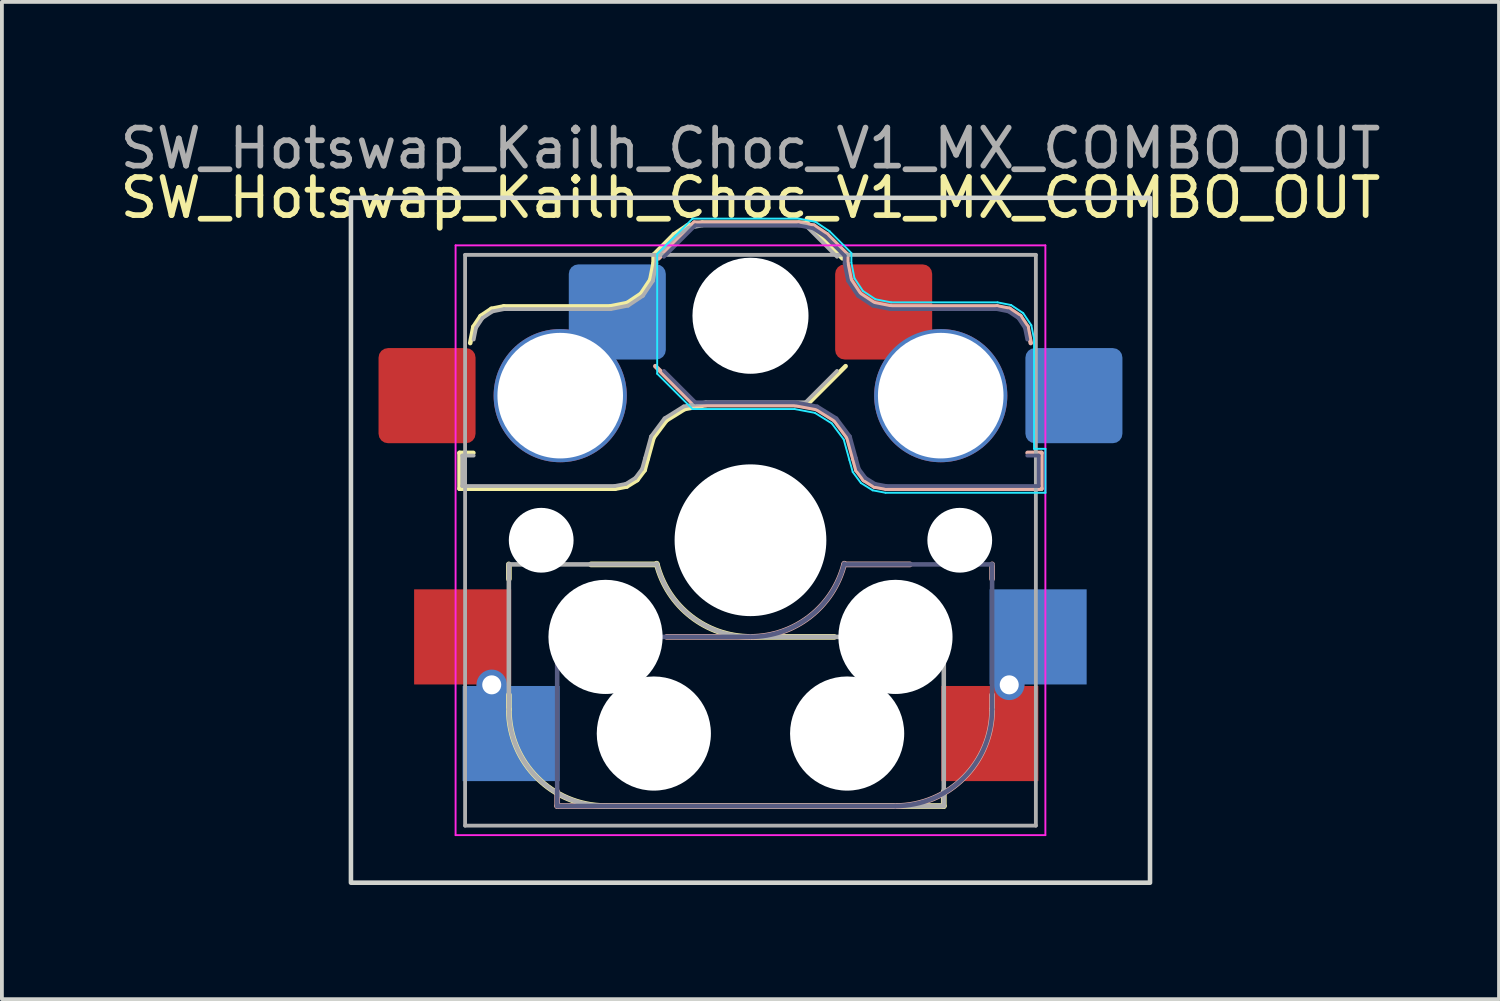
<source format=kicad_pcb>
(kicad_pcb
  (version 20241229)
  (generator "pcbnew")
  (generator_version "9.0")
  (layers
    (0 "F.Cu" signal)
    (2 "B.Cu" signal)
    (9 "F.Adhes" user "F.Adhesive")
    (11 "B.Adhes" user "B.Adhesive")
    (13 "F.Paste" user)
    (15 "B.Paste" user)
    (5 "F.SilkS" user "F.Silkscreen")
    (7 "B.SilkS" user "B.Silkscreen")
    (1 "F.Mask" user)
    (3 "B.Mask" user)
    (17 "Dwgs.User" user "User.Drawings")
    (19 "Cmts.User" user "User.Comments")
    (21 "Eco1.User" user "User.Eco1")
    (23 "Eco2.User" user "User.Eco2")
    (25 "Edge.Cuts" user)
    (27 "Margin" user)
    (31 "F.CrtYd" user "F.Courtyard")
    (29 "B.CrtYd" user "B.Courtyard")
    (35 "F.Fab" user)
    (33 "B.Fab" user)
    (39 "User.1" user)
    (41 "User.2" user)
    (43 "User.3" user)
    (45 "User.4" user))
  (footprint "SW_Hotswap_Kailh_Choc_V1_MX_COMBO_OUT"
    (layer "F.Cu")
    (at 16.673 11.148)
    (property "Reference" "SW_Hotswap_Kailh_Choc_V1_MX_COMBO_OUT" (at 0 -9 0) (layer "F.SilkS") (effects (font (size 1 1) (thickness 0.15))))
    (attr smd)
    (fp_line (start -7.646 -2.296) (end -7.646 -1.354) (stroke (width 0.12) (type solid)) (layer "F.SilkS"))
    (fp_line (start -7.646 -1.354) (end -3.56 -1.354) (stroke (width 0.12) (type solid)) (layer "F.SilkS"))
    (fp_line (start -7.283 -2.296) (end -7.646 -2.296) (stroke (width 0.12) (type solid)) (layer "F.SilkS"))
    (fp_line (start -7.281 -5.609) (end -7.366 -5.182) (stroke (width 0.12) (type solid)) (layer "F.SilkS"))
    (fp_line (start -7.092 -5.892) (end -7.281 -5.609) (stroke (width 0.12) (type solid)) (layer "F.SilkS"))
    (fp_line (start -6.809 -6.081) (end -7.092 -5.892) (stroke (width 0.12) (type solid)) (layer "F.SilkS"))
    (fp_line (start -6.482 -6.146) (end -6.809 -6.081) (stroke (width 0.12) (type solid)) (layer "F.SilkS"))
    (fp_line (start -6.35 1.016) (end -6.35 0.635) (stroke (width 0.15) (type solid)) (layer "F.SilkS"))
    (fp_line (start -6.35 4.445) (end -6.35 4.064) (stroke (width 0.15) (type solid)) (layer "F.SilkS"))
    (fp_line (start -3.81 6.985) (end 5.08 6.985) (stroke (width 0.15) (type solid)) (layer "F.SilkS"))
    (fp_line (start -3.682 -6.146) (end -6.482 -6.146) (stroke (width 0.12) (type solid)) (layer "F.SilkS"))
    (fp_line (start -3.56 -1.354) (end -3.25 -1.413) (stroke (width 0.12) (type solid)) (layer "F.SilkS"))
    (fp_line (start -3.25 -1.413) (end -2.976 -1.583) (stroke (width 0.12) (type solid)) (layer "F.SilkS"))
    (fp_line (start -3.244 -6.233) (end -3.682 -6.146) (stroke (width 0.12) (type solid)) (layer "F.SilkS"))
    (fp_line (start -2.976 -1.583) (end -2.783 -1.841) (stroke (width 0.12) (type solid)) (layer "F.SilkS"))
    (fp_line (start -2.877 -6.477) (end -3.244 -6.233) (stroke (width 0.12) (type solid)) (layer "F.SilkS"))
    (fp_line (start -2.783 -1.841) (end -2.701 -2.139) (stroke (width 0.12) (type solid)) (layer "F.SilkS"))
    (fp_line (start -2.701 -2.139) (end -2.547 -2.697) (stroke (width 0.12) (type solid)) (layer "F.SilkS"))
    (fp_line (start -2.633 -6.844) (end -2.877 -6.477) (stroke (width 0.12) (type solid)) (layer "F.SilkS"))
    (fp_line (start -2.547 -2.697) (end -2.209 -3.15) (stroke (width 0.12) (type solid)) (layer "F.SilkS"))
    (fp_line (start -2.546 -7.504) (end -2.546 -7.282) (stroke (width 0.12) (type solid)) (layer "F.SilkS"))
    (fp_line (start -2.546 -7.282) (end -2.633 -6.844) (stroke (width 0.12) (type solid)) (layer "F.SilkS"))
    (fp_line (start -2.464 0.635) (end -4.191 0.635) (stroke (width 0.15) (type solid)) (layer "F.SilkS"))
    (fp_line (start -2.209 -3.15) (end -1.73 -3.449) (stroke (width 0.12) (type solid)) (layer "F.SilkS"))
    (fp_line (start -2.013 -8.037) (end -2.546 -7.504) (stroke (width 0.12) (type solid)) (layer "F.SilkS"))
    (fp_line (start -1.73 -3.449) (end -1.168 -3.554) (stroke (width 0.12) (type solid)) (layer "F.SilkS"))
    (fp_line (start -1.671 -8.266) (end -2.013 -8.037) (stroke (width 0.12) (type solid)) (layer "F.SilkS"))
    (fp_line (start -1.268 -8.346) (end -1.671 -8.266) (stroke (width 0.12) (type solid)) (layer "F.SilkS"))
    (fp_line (start -1.168 -3.554) (end 1.479 -3.554) (stroke (width 0.12) (type solid)) (layer "F.SilkS"))
    (fp_line (start 1.479 -8.346) (end -1.268 -8.346) (stroke (width 0.12) (type solid)) (layer "F.SilkS"))
    (fp_line (start 1.479 -3.554) (end 2.5 -4.575) (stroke (width 0.12) (type solid)) (layer "F.SilkS"))
    (fp_line (start 2.2 2.54) (end 0 2.54) (stroke (width 0.15) (type solid)) (layer "F.SilkS"))
    (fp_line (start 2.416 -7.409) (end 1.479 -8.346) (stroke (width 0.12) (type solid)) (layer "F.SilkS"))
    (fp_line (start 5.08 6.985) (end 5.08 6.604) (stroke (width 0.15) (type solid)) (layer "F.SilkS"))
    (fp_arc (start -3.81 6.985) (mid -5.606051 6.241051) (end -6.35 4.445) (stroke (width 0.15) (type solid)) (layer "F.SilkS"))
    (fp_arc (start 0 2.54) (mid -1.563147 2.002042) (end -2.464162 0.61604) (stroke (width 0.15) (type solid)) (layer "F.SilkS"))
    (fp_line (start -5.08 6.985) (end -5.08 6.604) (stroke (width 0.15) (type solid)) (layer "B.SilkS"))
    (fp_line (start -2.416 -7.409) (end -1.479 -8.346) (stroke (width 0.12) (type solid)) (layer "B.SilkS"))
    (fp_line (start -2.2 2.54) (end 0 2.54) (stroke (width 0.15) (type solid)) (layer "B.SilkS"))
    (fp_line (start -1.479 -8.346) (end 1.268 -8.346) (stroke (width 0.12) (type solid)) (layer "B.SilkS"))
    (fp_line (start -1.479 -3.554) (end -2.5 -4.575) (stroke (width 0.12) (type solid)) (layer "B.SilkS"))
    (fp_line (start 1.168 -3.554) (end -1.479 -3.554) (stroke (width 0.12) (type solid)) (layer "B.SilkS"))
    (fp_line (start 1.268 -8.346) (end 1.671 -8.266) (stroke (width 0.12) (type solid)) (layer "B.SilkS"))
    (fp_line (start 1.671 -8.266) (end 2.013 -8.037) (stroke (width 0.12) (type solid)) (layer "B.SilkS"))
    (fp_line (start 1.73 -3.449) (end 1.168 -3.554) (stroke (width 0.12) (type solid)) (layer "B.SilkS"))
    (fp_line (start 2.013 -8.037) (end 2.546 -7.504) (stroke (width 0.12) (type solid)) (layer "B.SilkS"))
    (fp_line (start 2.209 -3.15) (end 1.73 -3.449) (stroke (width 0.12) (type solid)) (layer "B.SilkS"))
    (fp_line (start 2.464 0.635) (end 4.191 0.635) (stroke (width 0.15) (type solid)) (layer "B.SilkS"))
    (fp_line (start 2.546 -7.504) (end 2.546 -7.282) (stroke (width 0.12) (type solid)) (layer "B.SilkS"))
    (fp_line (start 2.546 -7.282) (end 2.633 -6.844) (stroke (width 0.12) (type solid)) (layer "B.SilkS"))
    (fp_line (start 2.547 -2.697) (end 2.209 -3.15) (stroke (width 0.12) (type solid)) (layer "B.SilkS"))
    (fp_line (start 2.633 -6.844) (end 2.877 -6.477) (stroke (width 0.12) (type solid)) (layer "B.SilkS"))
    (fp_line (start 2.701 -2.139) (end 2.547 -2.697) (stroke (width 0.12) (type solid)) (layer "B.SilkS"))
    (fp_line (start 2.783 -1.841) (end 2.701 -2.139) (stroke (width 0.12) (type solid)) (layer "B.SilkS"))
    (fp_line (start 2.877 -6.477) (end 3.244 -6.233) (stroke (width 0.12) (type solid)) (layer "B.SilkS"))
    (fp_line (start 2.976 -1.583) (end 2.783 -1.841) (stroke (width 0.12) (type solid)) (layer "B.SilkS"))
    (fp_line (start 3.244 -6.233) (end 3.682 -6.146) (stroke (width 0.12) (type solid)) (layer "B.SilkS"))
    (fp_line (start 3.25 -1.413) (end 2.976 -1.583) (stroke (width 0.12) (type solid)) (layer "B.SilkS"))
    (fp_line (start 3.56 -1.354) (end 3.25 -1.413) (stroke (width 0.12) (type solid)) (layer "B.SilkS"))
    (fp_line (start 3.682 -6.146) (end 6.482 -6.146) (stroke (width 0.12) (type solid)) (layer "B.SilkS"))
    (fp_line (start 3.81 6.985) (end -5.08 6.985) (stroke (width 0.15) (type solid)) (layer "B.SilkS"))
    (fp_line (start 6.35 1.016) (end 6.35 0.635) (stroke (width 0.15) (type solid)) (layer "B.SilkS"))
    (fp_line (start 6.35 4.445) (end 6.35 4.064) (stroke (width 0.15) (type solid)) (layer "B.SilkS"))
    (fp_line (start 6.482 -6.146) (end 6.809 -6.081) (stroke (width 0.12) (type solid)) (layer "B.SilkS"))
    (fp_line (start 6.809 -6.081) (end 7.092 -5.892) (stroke (width 0.12) (type solid)) (layer "B.SilkS"))
    (fp_line (start 7.092 -5.892) (end 7.281 -5.609) (stroke (width 0.12) (type solid)) (layer "B.SilkS"))
    (fp_line (start 7.281 -5.609) (end 7.366 -5.182) (stroke (width 0.12) (type solid)) (layer "B.SilkS"))
    (fp_line (start 7.283 -2.296) (end 7.646 -2.296) (stroke (width 0.12) (type solid)) (layer "B.SilkS"))
    (fp_line (start 7.646 -2.296) (end 7.646 -1.354) (stroke (width 0.12) (type solid)) (layer "B.SilkS"))
    (fp_line (start 7.646 -1.354) (end 3.56 -1.354) (stroke (width 0.12) (type solid)) (layer "B.SilkS"))
    (fp_arc (start 2.464162 0.61604) (mid 1.563147 2.002042) (end 0 2.54) (stroke (width 0.15) (type solid)) (layer "B.SilkS"))
    (fp_arc (start 6.35 4.445) (mid 5.606051 6.241051) (end 3.81 6.985) (stroke (width 0.15) (type solid)) (layer "B.SilkS"))
    (fp_line (start -7.25 -7.25) (end -7.25 7.25) (stroke (width 0.1) (type solid)) (layer "Eco1.User"))
    (fp_line (start -7.25 7.25) (end 7.25 7.25) (stroke (width 0.1) (type solid)) (layer "Eco1.User"))
    (fp_line (start 7.25 -7.25) (end -7.25 -7.25) (stroke (width 0.1) (type solid)) (layer "Eco1.User"))
    (fp_line (start 7.25 7.25) (end 7.25 -7.25) (stroke (width 0.1) (type solid)) (layer "Eco1.User"))
    (fp_rect (start -10.5 -9) (end 10.5 9) (stroke (width 0.12) (type default)) (fill no) (layer "Edge.Cuts"))
    (fp_line (start -2.452 -7.523) (end -1.523 -8.452) (stroke (width 0.05) (type solid)) (layer "B.CrtYd"))
    (fp_line (start -2.452 -4.377) (end -2.452 -7.523) (stroke (width 0.05) (type solid)) (layer "B.CrtYd"))
    (fp_line (start -1.523 -8.452) (end 1.278 -8.452) (stroke (width 0.05) (type solid)) (layer "B.CrtYd"))
    (fp_line (start -1.523 -3.448) (end -2.452 -4.377) (stroke (width 0.05) (type solid)) (layer "B.CrtYd"))
    (fp_line (start 1.159 -3.448) (end -1.523 -3.448) (stroke (width 0.05) (type solid)) (layer "B.CrtYd"))
    (fp_line (start 1.278 -8.452) (end 1.712 -8.366) (stroke (width 0.05) (type solid)) (layer "B.CrtYd"))
    (fp_line (start 1.691 -3.348) (end 1.159 -3.448) (stroke (width 0.05) (type solid)) (layer "B.CrtYd"))
    (fp_line (start 1.712 -8.366) (end 2.081 -8.119) (stroke (width 0.05) (type solid)) (layer "B.CrtYd"))
    (fp_line (start 2.081 -8.119) (end 2.652 -7.548) (stroke (width 0.05) (type solid)) (layer "B.CrtYd"))
    (fp_line (start 2.136 -3.071) (end 1.691 -3.348) (stroke (width 0.05) (type solid)) (layer "B.CrtYd"))
    (fp_line (start 2.45 -2.65) (end 2.136 -3.071) (stroke (width 0.05) (type solid)) (layer "B.CrtYd"))
    (fp_line (start 2.599 -2.111) (end 2.45 -2.65) (stroke (width 0.05) (type solid)) (layer "B.CrtYd"))
    (fp_line (start 2.652 -7.548) (end 2.652 -7.292) (stroke (width 0.05) (type solid)) (layer "B.CrtYd"))
    (fp_line (start 2.652 -7.292) (end 2.733 -6.885) (stroke (width 0.05) (type solid)) (layer "B.CrtYd"))
    (fp_line (start 2.687 -1.794) (end 2.599 -2.111) (stroke (width 0.05) (type solid)) (layer "B.CrtYd"))
    (fp_line (start 2.733 -6.885) (end 2.953 -6.553) (stroke (width 0.05) (type solid)) (layer "B.CrtYd"))
    (fp_line (start 2.903 -1.503) (end 2.687 -1.794) (stroke (width 0.05) (type solid)) (layer "B.CrtYd"))
    (fp_line (start 2.953 -6.553) (end 3.285 -6.333) (stroke (width 0.05) (type solid)) (layer "B.CrtYd"))
    (fp_line (start 3.211 -1.312) (end 2.903 -1.503) (stroke (width 0.05) (type solid)) (layer "B.CrtYd"))
    (fp_line (start 3.285 -6.333) (end 3.692 -6.252) (stroke (width 0.05) (type solid)) (layer "B.CrtYd"))
    (fp_line (start 3.55 -1.248) (end 3.211 -1.312) (stroke (width 0.05) (type solid)) (layer "B.CrtYd"))
    (fp_line (start 3.692 -6.252) (end 6.492 -6.252) (stroke (width 0.05) (type solid)) (layer "B.CrtYd"))
    (fp_line (start 6.492 -6.252) (end 6.85 -6.181) (stroke (width 0.05) (type solid)) (layer "B.CrtYd"))
    (fp_line (start 6.85 -6.181) (end 7.168 -5.968) (stroke (width 0.05) (type solid)) (layer "B.CrtYd"))
    (fp_line (start 7.168 -5.968) (end 7.381 -5.65) (stroke (width 0.05) (type solid)) (layer "B.CrtYd"))
    (fp_line (start 7.381 -5.65) (end 7.452 -5.292) (stroke (width 0.05) (type solid)) (layer "B.CrtYd"))
    (fp_line (start 7.452 -5.292) (end 7.452 -2.402) (stroke (width 0.05) (type solid)) (layer "B.CrtYd"))
    (fp_line (start 7.452 -2.402) (end 7.752 -2.402) (stroke (width 0.05) (type solid)) (layer "B.CrtYd"))
    (fp_line (start 7.752 -2.402) (end 7.752 -1.248) (stroke (width 0.05) (type solid)) (layer "B.CrtYd"))
    (fp_line (start 7.752 -1.248) (end 3.55 -1.248) (stroke (width 0.05) (type solid)) (layer "B.CrtYd"))
    (fp_line (start -7.75 -7.75) (end -7.75 7.75) (stroke (width 0.05) (type solid)) (layer "F.CrtYd"))
    (fp_line (start -7.75 7.75) (end 7.75 7.75) (stroke (width 0.05) (type solid)) (layer "F.CrtYd"))
    (fp_line (start 7.75 -7.75) (end -7.75 -7.75) (stroke (width 0.05) (type solid)) (layer "F.CrtYd"))
    (fp_line (start 7.75 7.75) (end 7.75 -7.75) (stroke (width 0.05) (type solid)) (layer "F.CrtYd"))
    (fp_line (start -5.08 2.54) (end 0 2.54) (stroke (width 0.12) (type solid)) (layer "B.Fab"))
    (fp_line (start -5.08 6.985) (end -5.08 2.54) (stroke (width 0.12) (type solid)) (layer "B.Fab"))
    (fp_line (start -2.275 -7.45) (end -1.45 -8.275) (stroke (width 0.1) (type solid)) (layer "B.Fab"))
    (fp_line (start -1.45 -8.275) (end 1.261 -8.275) (stroke (width 0.1) (type solid)) (layer "B.Fab"))
    (fp_line (start -1.45 -3.625) (end -2.275 -4.45) (stroke (width 0.1) (type solid)) (layer "B.Fab"))
    (fp_line (start 1.175 -3.625) (end -1.45 -3.625) (stroke (width 0.1) (type solid)) (layer "B.Fab"))
    (fp_line (start 1.261 -8.275) (end 1.643 -8.199) (stroke (width 0.1) (type solid)) (layer "B.Fab"))
    (fp_line (start 1.643 -8.199) (end 1.968 -7.982) (stroke (width 0.1) (type solid)) (layer "B.Fab"))
    (fp_line (start 1.756 -3.516) (end 1.175 -3.625) (stroke (width 0.1) (type solid)) (layer "B.Fab"))
    (fp_line (start 1.968 -7.982) (end 2.475 -7.475) (stroke (width 0.1) (type solid)) (layer "B.Fab"))
    (fp_line (start 2.258 -3.203) (end 1.756 -3.516) (stroke (width 0.1) (type solid)) (layer "B.Fab"))
    (fp_line (start 2.475 -7.475) (end 2.475 -7.275) (stroke (width 0.1) (type solid)) (layer "B.Fab"))
    (fp_line (start 2.475 -7.275) (end 2.566 -6.816) (stroke (width 0.1) (type solid)) (layer "B.Fab"))
    (fp_line (start 2.566 -6.816) (end 2.826 -6.426) (stroke (width 0.1) (type solid)) (layer "B.Fab"))
    (fp_line (start 2.612 -2.729) (end 2.258 -3.203) (stroke (width 0.1) (type solid)) (layer "B.Fab"))
    (fp_line (start 2.769 -2.158) (end 2.612 -2.729) (stroke (width 0.1) (type solid)) (layer "B.Fab"))
    (fp_line (start 2.826 -6.426) (end 3.216 -6.166) (stroke (width 0.1) (type solid)) (layer "B.Fab"))
    (fp_line (start 2.848 -1.873) (end 2.769 -2.158) (stroke (width 0.1) (type solid)) (layer "B.Fab"))
    (fp_line (start 3.025 -1.636) (end 2.848 -1.873) (stroke (width 0.1) (type solid)) (layer "B.Fab"))
    (fp_line (start 3.216 -6.166) (end 3.675 -6.075) (stroke (width 0.1) (type solid)) (layer "B.Fab"))
    (fp_line (start 3.276 -1.48) (end 3.025 -1.636) (stroke (width 0.1) (type solid)) (layer "B.Fab"))
    (fp_line (start 3.567 -1.425) (end 3.276 -1.48) (stroke (width 0.1) (type solid)) (layer "B.Fab"))
    (fp_line (start 3.675 -6.075) (end 6.475 -6.075) (stroke (width 0.1) (type solid)) (layer "B.Fab"))
    (fp_line (start 3.81 6.985) (end -5.08 6.985) (stroke (width 0.12) (type solid)) (layer "B.Fab"))
    (fp_line (start 6.35 0.635) (end 2.54 0.635) (stroke (width 0.12) (type solid)) (layer "B.Fab"))
    (fp_line (start 6.35 0.635) (end 6.35 4.445) (stroke (width 0.12) (type solid)) (layer "B.Fab"))
    (fp_line (start 6.475 -6.075) (end 6.781 -6.014) (stroke (width 0.1) (type solid)) (layer "B.Fab"))
    (fp_line (start 6.781 -6.014) (end 7.041 -5.841) (stroke (width 0.1) (type solid)) (layer "B.Fab"))
    (fp_line (start 7.041 -5.841) (end 7.214 -5.581) (stroke (width 0.1) (type solid)) (layer "B.Fab"))
    (fp_line (start 7.214 -5.581) (end 7.275 -5.275) (stroke (width 0.1) (type solid)) (layer "B.Fab"))
    (fp_line (start 7.275 -2.225) (end 7.575 -2.225) (stroke (width 0.1) (type solid)) (layer "B.Fab"))
    (fp_line (start 7.575 -2.225) (end 7.575 -1.425) (stroke (width 0.1) (type solid)) (layer "B.Fab"))
    (fp_line (start 7.575 -1.425) (end 3.567 -1.425) (stroke (width 0.1) (type solid)) (layer "B.Fab"))
    (fp_arc (start 2.464162 0.61604) (mid 1.563147 2.002042) (end 0 2.54) (stroke (width 0.12) (type solid)) (layer "B.Fab"))
    (fp_arc (start 6.35 4.445) (mid 5.606051 6.241051) (end 3.81 6.985) (stroke (width 0.12) (type solid)) (layer "B.Fab"))
    (fp_line (start -7.575 -2.225) (end -7.575 -1.425) (stroke (width 0.1) (type solid)) (layer "F.Fab"))
    (fp_line (start -7.575 -1.425) (end -3.567 -1.425) (stroke (width 0.1) (type solid)) (layer "F.Fab"))
    (fp_line (start -7.5 -7.5) (end -7.5 7.5) (stroke (width 0.1) (type solid)) (layer "F.Fab"))
    (fp_line (start -7.5 7.5) (end 7.5 7.5) (stroke (width 0.1) (type solid)) (layer "F.Fab"))
    (fp_line (start -7.275 -2.225) (end -7.575 -2.225) (stroke (width 0.1) (type solid)) (layer "F.Fab"))
    (fp_line (start -7.214 -5.581) (end -7.275 -5.275) (stroke (width 0.1) (type solid)) (layer "F.Fab"))
    (fp_line (start -7.041 -5.841) (end -7.214 -5.581) (stroke (width 0.1) (type solid)) (layer "F.Fab"))
    (fp_line (start -6.781 -6.014) (end -7.041 -5.841) (stroke (width 0.1) (type solid)) (layer "F.Fab"))
    (fp_line (start -6.475 -6.075) (end -6.781 -6.014) (stroke (width 0.1) (type solid)) (layer "F.Fab"))
    (fp_line (start -6.35 0.635) (end -6.35 4.445) (stroke (width 0.12) (type solid)) (layer "F.Fab"))
    (fp_line (start -6.35 0.635) (end -2.54 0.635) (stroke (width 0.12) (type solid)) (layer "F.Fab"))
    (fp_line (start -3.81 6.985) (end 5.08 6.985) (stroke (width 0.12) (type solid)) (layer "F.Fab"))
    (fp_line (start -3.675 -6.075) (end -6.475 -6.075) (stroke (width 0.1) (type solid)) (layer "F.Fab"))
    (fp_line (start -3.567 -1.425) (end -3.276 -1.48) (stroke (width 0.1) (type solid)) (layer "F.Fab"))
    (fp_line (start -3.276 -1.48) (end -3.025 -1.636) (stroke (width 0.1) (type solid)) (layer "F.Fab"))
    (fp_line (start -3.216 -6.166) (end -3.675 -6.075) (stroke (width 0.1) (type solid)) (layer "F.Fab"))
    (fp_line (start -3.025 -1.636) (end -2.848 -1.873) (stroke (width 0.1) (type solid)) (layer "F.Fab"))
    (fp_line (start -2.848 -1.873) (end -2.769 -2.158) (stroke (width 0.1) (type solid)) (layer "F.Fab"))
    (fp_line (start -2.826 -6.426) (end -3.216 -6.166) (stroke (width 0.1) (type solid)) (layer "F.Fab"))
    (fp_line (start -2.769 -2.158) (end -2.612 -2.729) (stroke (width 0.1) (type solid)) (layer "F.Fab"))
    (fp_line (start -2.612 -2.729) (end -2.258 -3.203) (stroke (width 0.1) (type solid)) (layer "F.Fab"))
    (fp_line (start -2.566 -6.816) (end -2.826 -6.426) (stroke (width 0.1) (type solid)) (layer "F.Fab"))
    (fp_line (start -2.475 -7.475) (end -2.475 -7.275) (stroke (width 0.1) (type solid)) (layer "F.Fab"))
    (fp_line (start -2.475 -7.275) (end -2.566 -6.816) (stroke (width 0.1) (type solid)) (layer "F.Fab"))
    (fp_line (start -2.258 -3.203) (end -1.756 -3.516) (stroke (width 0.1) (type solid)) (layer "F.Fab"))
    (fp_line (start -1.968 -7.982) (end -2.475 -7.475) (stroke (width 0.1) (type solid)) (layer "F.Fab"))
    (fp_line (start -1.756 -3.516) (end -1.175 -3.625) (stroke (width 0.1) (type solid)) (layer "F.Fab"))
    (fp_line (start -1.643 -8.199) (end -1.968 -7.982) (stroke (width 0.1) (type solid)) (layer "F.Fab"))
    (fp_line (start -1.261 -8.275) (end -1.643 -8.199) (stroke (width 0.1) (type solid)) (layer "F.Fab"))
    (fp_line (start -1.175 -3.625) (end 1.45 -3.625) (stroke (width 0.1) (type solid)) (layer "F.Fab"))
    (fp_line (start 1.45 -8.275) (end -1.261 -8.275) (stroke (width 0.1) (type solid)) (layer "F.Fab"))
    (fp_line (start 1.45 -3.625) (end 2.275 -4.45) (stroke (width 0.1) (type solid)) (layer "F.Fab"))
    (fp_line (start 2.275 -7.45) (end 1.45 -8.275) (stroke (width 0.1) (type solid)) (layer "F.Fab"))
    (fp_line (start 5.08 2.54) (end 0 2.54) (stroke (width 0.12) (type solid)) (layer "F.Fab"))
    (fp_line (start 5.08 6.985) (end 5.08 2.54) (stroke (width 0.12) (type solid)) (layer "F.Fab"))
    (fp_line (start 7.5 -7.5) (end -7.5 -7.5) (stroke (width 0.1) (type solid)) (layer "F.Fab"))
    (fp_line (start 7.5 7.5) (end 7.5 -7.5) (stroke (width 0.1) (type solid)) (layer "F.Fab"))
    (fp_arc (start -3.81 6.985) (mid -5.606051 6.241051) (end -6.35 4.445) (stroke (width 0.12) (type solid)) (layer "F.Fab"))
    (fp_arc (start 0 2.54) (mid -1.563147 2.002042) (end -2.464162 0.61604) (stroke (width 0.12) (type solid)) (layer "F.Fab"))
    (fp_text user "${REFERENCE}" (at 0 -10.3 0) (layer "F.Fab") (effects (font (size 1 1) (thickness 0.15))))
    (pad "" np_thru_hole circle (at -5.5 0 180) (size 1.702 1.702) (drill 1.9) (layers "*.Cu" "*.Mask"))
    (pad "" np_thru_hole circle (at -3.81 2.54 180) (size 3 3) (drill 3) (layers "*.Cu" "*.Mask"))
    (pad "" np_thru_hole circle (at -2.54 5.08 180) (size 3 3) (drill 3) (layers "*.Cu" "*.Mask"))
    (pad "" np_thru_hole circle (at 0 -5.9) (size 3.05 3.05) (drill 3.05) (layers "*.Cu" "*.Mask"))
    (pad "" np_thru_hole circle (at 0 0) (size 3.988 3.988) (drill 3.988) (layers "*.Cu" "*.Mask"))
    (pad "" np_thru_hole circle (at 2.54 5.08 180) (size 3 3) (drill 3) (layers "*.Cu" "*.Mask"))
    (pad "" np_thru_hole circle (at 3.81 2.54 180) (size 3 3) (drill 3) (layers "*.Cu" "*.Mask"))
    (pad "" np_thru_hole circle (at 5.5 0 180) (size 1.702 1.702) (drill 1.9) (layers "*.Cu" "*.Mask"))
    (pad "1" smd roundrect (at 3.5 -6) (size 2.55 2.5) (layers "F.Cu" "F.Mask" "F.Paste") (roundrect_rratio 0.1))
    (pad "1" thru_hole circle (at 5 -3.8) (size 3.5 3.5) (drill 3.3) (layers "*.Cu" "*.Mask"))
    (pad "1" smd rect (at 6.29 5.08 180) (size 2.55 2.5) (layers "F.Cu" "F.Mask" "F.Paste"))
    (pad "1" thru_hole circle (at 6.8 3.8 180) (size 0.8 0.8) (drill 0.5) (layers "*.Cu" "*.Mask"))
    (pad "1" smd rect (at 7.56 2.54 180) (size 2.55 2.5) (layers "B.Cu" "B.Mask" "B.Paste"))
    (pad "1" smd roundrect (at 8.5 -3.8) (size 2.55 2.5) (layers "B.Cu" "B.Mask" "B.Paste") (roundrect_rratio 0.1))
    (pad "2" smd roundrect (at -8.5 -3.8) (size 2.55 2.5) (layers "F.Cu" "F.Mask" "F.Paste") (roundrect_rratio 0.1))
    (pad "2" smd rect (at -7.565 2.54 180) (size 2.55 2.5) (layers "F.Cu" "F.Mask" "F.Paste"))
    (pad "2" thru_hole circle (at -6.8 3.8 180) (size 0.8 0.8) (drill 0.5) (layers "*.Cu" "*.Mask"))
    (pad "2" smd rect (at -6.29 5.08 180) (size 2.55 2.5) (layers "B.Cu" "B.Mask" "B.Paste"))
    (pad "2" thru_hole circle (at -5 -3.8) (size 3.5 3.5) (drill 3.3) (layers "*.Cu" "*.Mask"))
    (pad "2" smd roundrect (at -3.5 -6) (size 2.55 2.5) (layers "B.Cu" "B.Mask" "B.Paste") (roundrect_rratio 0.1)))
  (gr_rect
    (start -3 -3)
    (end 36.345 23.208)
    (stroke (width 0.1) (type default))
    (fill no)
    (layer "Edge.Cuts")))
</source>
